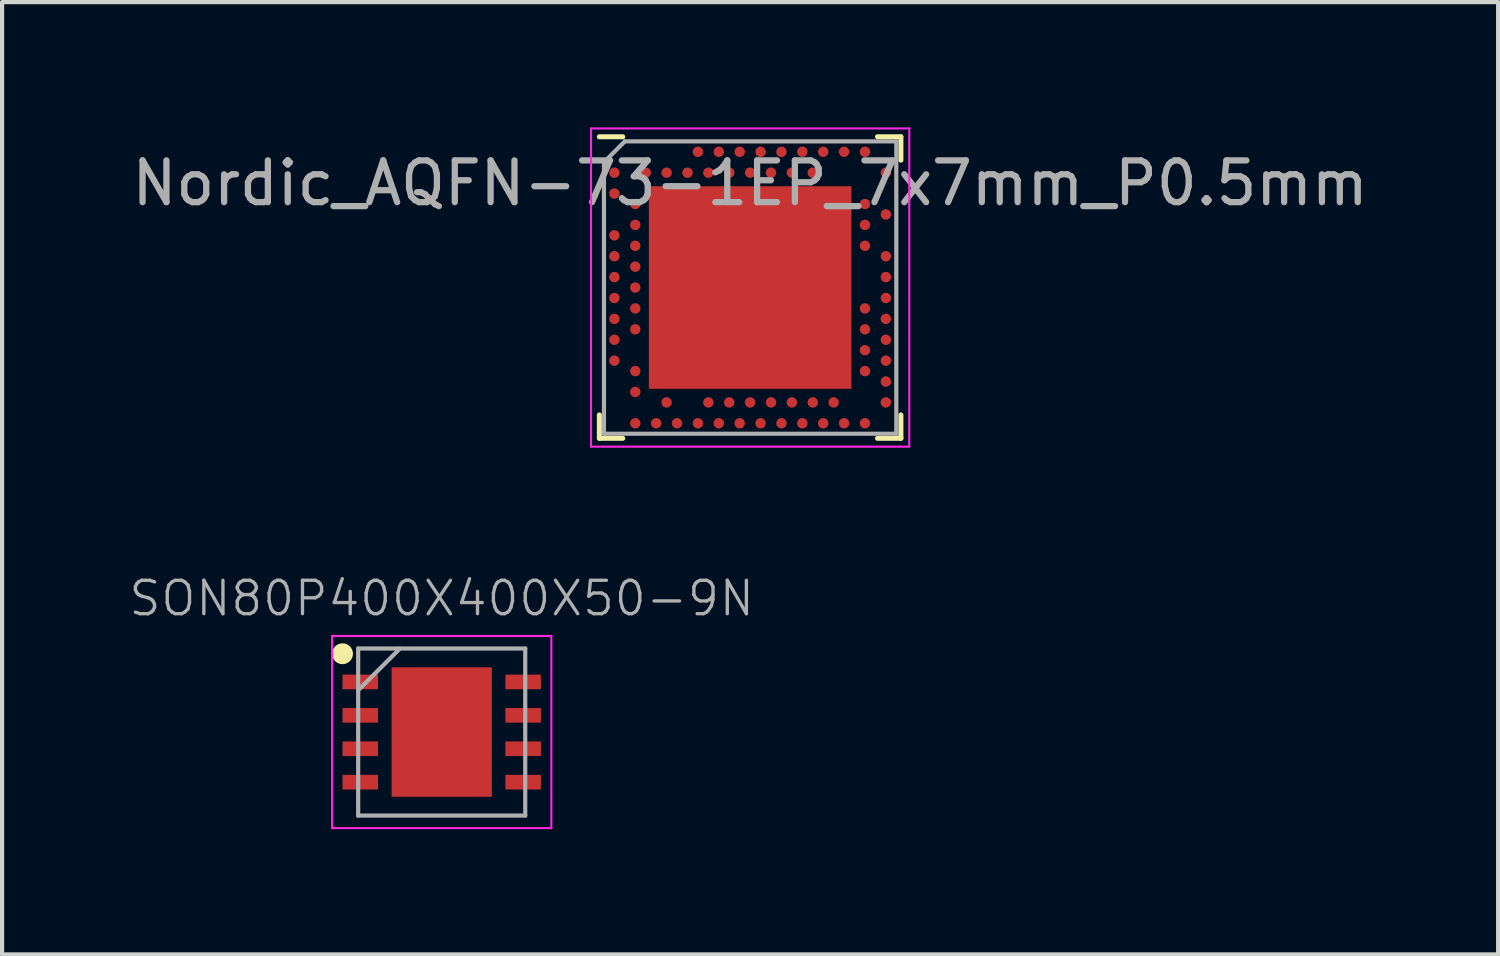
<source format=kicad_pcb>
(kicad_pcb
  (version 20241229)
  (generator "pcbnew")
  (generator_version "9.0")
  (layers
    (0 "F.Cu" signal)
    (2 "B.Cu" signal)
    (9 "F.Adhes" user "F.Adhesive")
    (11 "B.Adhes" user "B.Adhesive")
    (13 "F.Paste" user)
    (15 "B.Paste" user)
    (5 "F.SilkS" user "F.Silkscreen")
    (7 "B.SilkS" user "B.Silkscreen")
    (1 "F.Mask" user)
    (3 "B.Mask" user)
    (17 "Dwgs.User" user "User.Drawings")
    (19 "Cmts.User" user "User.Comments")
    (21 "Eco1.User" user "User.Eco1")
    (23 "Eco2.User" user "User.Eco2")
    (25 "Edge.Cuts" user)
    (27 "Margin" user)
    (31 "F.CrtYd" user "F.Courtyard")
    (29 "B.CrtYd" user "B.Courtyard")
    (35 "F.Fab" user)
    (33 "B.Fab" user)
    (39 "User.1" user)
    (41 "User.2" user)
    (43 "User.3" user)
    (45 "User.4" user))
  (footprint "SON80P400X400X50-9N"
    (layer "F.Cu")
    (at 7.526 14.478)
    (property "Reference" "SON80P400X400X50-9N" (at 0 -3.2 0) (layer "F.Fab") (effects (font (size 0.8 0.8) (thickness 0.08))))
    (attr smd)
    (fp_circle (center -2.375 -1.875) (end -2.375 -1.75) (stroke (width 0.25) (type solid)) (fill no) (layer "F.SilkS"))
    (fp_line (start -2.625 -2.3) (end 2.625 -2.3) (stroke (width 0.05) (type solid)) (layer "F.CrtYd"))
    (fp_line (start -2.625 2.3) (end -2.625 -2.3) (stroke (width 0.05) (type solid)) (layer "F.CrtYd"))
    (fp_line (start 2.625 -2.3) (end 2.625 2.3) (stroke (width 0.05) (type solid)) (layer "F.CrtYd"))
    (fp_line (start 2.625 2.3) (end -2.625 2.3) (stroke (width 0.05) (type solid)) (layer "F.CrtYd"))
    (fp_line (start -2 -2) (end 2 -2) (stroke (width 0.1) (type solid)) (layer "F.Fab"))
    (fp_line (start -2 -1) (end -1 -2) (stroke (width 0.1) (type solid)) (layer "F.Fab"))
    (fp_line (start -2 2) (end -2 -2) (stroke (width 0.1) (type solid)) (layer "F.Fab"))
    (fp_line (start 2 -2) (end 2 2) (stroke (width 0.1) (type solid)) (layer "F.Fab"))
    (fp_line (start 2 2) (end -2 2) (stroke (width 0.1) (type solid)) (layer "F.Fab"))
    (pad "1" smd rect (at -1.95 -1.2 90) (size 0.35 0.85) (layers "F.Cu" "F.Mask" "F.Paste"))
    (pad "2" smd rect (at -1.95 -0.4 90) (size 0.35 0.85) (layers "F.Cu" "F.Mask" "F.Paste"))
    (pad "3" smd rect (at -1.95 0.4 90) (size 0.35 0.85) (layers "F.Cu" "F.Mask" "F.Paste"))
    (pad "4" smd rect (at -1.95 1.2 90) (size 0.35 0.85) (layers "F.Cu" "F.Mask" "F.Paste"))
    (pad "5" smd rect (at 1.95 1.2 90) (size 0.35 0.85) (layers "F.Cu" "F.Mask" "F.Paste"))
    (pad "6" smd rect (at 1.95 0.4 90) (size 0.35 0.85) (layers "F.Cu" "F.Mask" "F.Paste"))
    (pad "7" smd rect (at 1.95 -0.4 90) (size 0.35 0.85) (layers "F.Cu" "F.Mask" "F.Paste"))
    (pad "8" smd rect (at 1.95 -1.2 90) (size 0.35 0.85) (layers "F.Cu" "F.Mask" "F.Paste"))
    (pad "9" smd rect (at 0 0) (size 2.4 3.1) (layers "F.Cu" "F.Mask" "F.Paste")))
  (footprint "Nordic_AQFN-73-1EP_7x7mm_P0.5mm"
    (layer "F.Cu")
    (at 14.911 3.835)
    (property "Reference" "Nordic_AQFN-73-1EP_7x7mm_P0.5mm" (at 0 -2.5 0) (layer "F.Fab") (effects (font (size 1 1) (thickness 0.15))))
    (attr smd)
    (fp_line (start -3.61 -3.61) (end -3.05 -3.61) (stroke (width 0.12) (type solid)) (layer "F.SilkS"))
    (fp_line (start -3.61 3.61) (end -3.61 3.05) (stroke (width 0.12) (type solid)) (layer "F.SilkS"))
    (fp_line (start -3.61 3.61) (end -3.05 3.61) (stroke (width 0.12) (type solid)) (layer "F.SilkS"))
    (fp_line (start 3.61 -3.61) (end 3.05 -3.61) (stroke (width 0.12) (type solid)) (layer "F.SilkS"))
    (fp_line (start 3.61 -3.61) (end 3.61 -3.05) (stroke (width 0.12) (type solid)) (layer "F.SilkS"))
    (fp_line (start 3.61 3.61) (end 3.05 3.61) (stroke (width 0.12) (type solid)) (layer "F.SilkS"))
    (fp_line (start 3.61 3.61) (end 3.61 3.05) (stroke (width 0.12) (type solid)) (layer "F.SilkS"))
    (fp_line (start -3.81 -3.81) (end 3.81 -3.81) (stroke (width 0.05) (type solid)) (layer "F.CrtYd"))
    (fp_line (start -3.81 3.81) (end -3.81 -3.81) (stroke (width 0.05) (type solid)) (layer "F.CrtYd"))
    (fp_line (start 3.81 -3.81) (end 3.81 3.81) (stroke (width 0.05) (type solid)) (layer "F.CrtYd"))
    (fp_line (start 3.81 3.81) (end -3.81 3.81) (stroke (width 0.05) (type solid)) (layer "F.CrtYd"))
    (fp_line (start -3.5 -3) (end -3.5 3.5) (stroke (width 0.1) (type solid)) (layer "F.Fab"))
    (fp_line (start -3.5 -3) (end -3 -3.5) (stroke (width 0.1) (type solid)) (layer "F.Fab"))
    (fp_line (start -3.5 3.5) (end 3.5 3.5) (stroke (width 0.1) (type solid)) (layer "F.Fab"))
    (fp_line (start -3 -3.5) (end 3.5 -3.5) (stroke (width 0.1) (type solid)) (layer "F.Fab"))
    (fp_line (start 3.5 -3.5) (end 3.5 3.5) (stroke (width 0.1) (type solid)) (layer "F.Fab"))
    (pad "" smd rect (at -1.212 -1.212 180) (size 2 2) (layers "F.Paste"))
    (pad "" smd rect (at -1.212 1.212 180) (size 2 2) (layers "F.Paste"))
    (pad "" smd rect (at 1.212 -1.212 180) (size 2 2) (layers "F.Paste"))
    (pad "" smd rect (at 1.212 1.212 180) (size 2 2) (layers "F.Paste"))
    (pad "A8" smd circle (at -1.25 -3.25 180) (size 0.25 0.25) (layers "F.Cu" "F.Mask" "F.Paste"))
    (pad "A10" smd circle (at -0.75 -3.25 180) (size 0.25 0.25) (layers "F.Cu" "F.Mask" "F.Paste"))
    (pad "A12" smd circle (at -0.25 -3.25 180) (size 0.25 0.25) (layers "F.Cu" "F.Mask" "F.Paste"))
    (pad "A14" smd circle (at 0.25 -3.25 180) (size 0.25 0.25) (layers "F.Cu" "F.Mask" "F.Paste"))
    (pad "A16" smd circle (at 0.75 -3.25 180) (size 0.25 0.25) (layers "F.Cu" "F.Mask" "F.Paste"))
    (pad "A18" smd circle (at 1.25 -3.25 180) (size 0.25 0.25) (layers "F.Cu" "F.Mask" "F.Paste"))
    (pad "A20" smd circle (at 1.75 -3.25 180) (size 0.25 0.25) (layers "F.Cu" "F.Mask" "F.Paste"))
    (pad "A22" smd circle (at 2.25 -3.25 180) (size 0.25 0.25) (layers "F.Cu" "F.Mask" "F.Paste"))
    (pad "A23" smd circle (at 2.75 -3.25 180) (size 0.25 0.25) (layers "F.Cu" "F.Mask" "F.Paste"))
    (pad "AA24" smd circle (at 3.25 2.25 180) (size 0.25 0.25) (layers "F.Cu" "F.Mask" "F.Paste"))
    (pad "AB2" smd circle (at -2.75 2.5 180) (size 0.25 0.25) (layers "F.Cu" "F.Mask" "F.Paste"))
    (pad "AC5" smd circle (at -2 2.75 180) (size 0.25 0.25) (layers "F.Cu" "F.Mask" "F.Paste"))
    (pad "AC9" smd circle (at -1 2.75 180) (size 0.25 0.25) (layers "F.Cu" "F.Mask" "F.Paste"))
    (pad "AC11" smd circle (at -0.5 2.75 180) (size 0.25 0.25) (layers "F.Cu" "F.Mask" "F.Paste"))
    (pad "AC13" smd circle (at 0 2.75 180) (size 0.25 0.25) (layers "F.Cu" "F.Mask" "F.Paste"))
    (pad "AC15" smd circle (at 0.5 2.75 180) (size 0.25 0.25) (layers "F.Cu" "F.Mask" "F.Paste"))
    (pad "AC17" smd circle (at 1 2.75 180) (size 0.25 0.25) (layers "F.Cu" "F.Mask" "F.Paste"))
    (pad "AC19" smd circle (at 1.5 2.75 180) (size 0.25 0.25) (layers "F.Cu" "F.Mask" "F.Paste"))
    (pad "AC21" smd circle (at 2 2.75 180) (size 0.25 0.25) (layers "F.Cu" "F.Mask" "F.Paste"))
    (pad "AC24" smd circle (at 3.25 2.75 180) (size 0.25 0.25) (layers "F.Cu" "F.Mask" "F.Paste"))
    (pad "AD2" smd circle (at -2.75 3.25 180) (size 0.25 0.25) (layers "F.Cu" "F.Mask" "F.Paste"))
    (pad "AD4" smd circle (at -2.25 3.25 180) (size 0.25 0.25) (layers "F.Cu" "F.Mask" "F.Paste"))
    (pad "AD6" smd circle (at -1.75 3.25 180) (size 0.25 0.25) (layers "F.Cu" "F.Mask" "F.Paste"))
    (pad "AD8" smd circle (at -1.25 3.25 180) (size 0.25 0.25) (layers "F.Cu" "F.Mask" "F.Paste"))
    (pad "AD10" smd circle (at -0.75 3.25 180) (size 0.25 0.25) (layers "F.Cu" "F.Mask" "F.Paste"))
    (pad "AD12" smd circle (at -0.25 3.25 180) (size 0.25 0.25) (layers "F.Cu" "F.Mask" "F.Paste"))
    (pad "AD14" smd circle (at 0.25 3.25 180) (size 0.25 0.25) (layers "F.Cu" "F.Mask" "F.Paste"))
    (pad "AD16" smd circle (at 0.75 3.25 180) (size 0.25 0.25) (layers "F.Cu" "F.Mask" "F.Paste"))
    (pad "AD18" smd circle (at 1.25 3.25 180) (size 0.25 0.25) (layers "F.Cu" "F.Mask" "F.Paste"))
    (pad "AD20" smd circle (at 1.75 3.25 180) (size 0.25 0.25) (layers "F.Cu" "F.Mask" "F.Paste"))
    (pad "AD22" smd circle (at 2.25 3.25 180) (size 0.25 0.25) (layers "F.Cu" "F.Mask" "F.Paste"))
    (pad "AD23" smd circle (at 2.75 3.25 180) (size 0.25 0.25) (layers "F.Cu" "F.Mask" "F.Paste"))
    (pad "B1" smd circle (at -3.25 -2.75 180) (size 0.25 0.25) (layers "F.Cu" "F.Mask" "F.Paste"))
    (pad "B3" smd circle (at -2.5 -2.75 180) (size 0.25 0.25) (layers "F.Cu" "F.Mask" "F.Paste"))
    (pad "B5" smd circle (at -2 -2.75 180) (size 0.25 0.25) (layers "F.Cu" "F.Mask" "F.Paste"))
    (pad "B7" smd circle (at -1.5 -2.75 180) (size 0.25 0.25) (layers "F.Cu" "F.Mask" "F.Paste"))
    (pad "B9" smd circle (at -1 -2.75 180) (size 0.25 0.25) (layers "F.Cu" "F.Mask" "F.Paste"))
    (pad "B11" smd circle (at -0.5 -2.75 180) (size 0.25 0.25) (layers "F.Cu" "F.Mask" "F.Paste"))
    (pad "B13" smd circle (at 0 -2.75 180) (size 0.25 0.25) (layers "F.Cu" "F.Mask" "F.Paste"))
    (pad "B15" smd circle (at 0.5 -2.75 180) (size 0.25 0.25) (layers "F.Cu" "F.Mask" "F.Paste"))
    (pad "B17" smd circle (at 1 -2.75 180) (size 0.25 0.25) (layers "F.Cu" "F.Mask" "F.Paste"))
    (pad "B19" smd circle (at 1.5 -2.75 180) (size 0.25 0.25) (layers "F.Cu" "F.Mask" "F.Paste"))
    (pad "B24" smd circle (at 3.25 -2.75 180) (size 0.25 0.25) (layers "F.Cu" "F.Mask" "F.Paste"))
    (pad "C1" smd circle (at -3.25 -2.25 180) (size 0.25 0.25) (layers "F.Cu" "F.Mask" "F.Paste"))
    (pad "D2" smd circle (at -2.75 -2 180) (size 0.25 0.25) (layers "F.Cu" "F.Mask" "F.Paste"))
    (pad "D23" smd circle (at 2.75 -2 180) (size 0.25 0.25) (layers "F.Cu" "F.Mask" "F.Paste"))
    (pad "E24" smd circle (at 3.25 -1.75 180) (size 0.25 0.25) (layers "F.Cu" "F.Mask" "F.Paste"))
    (pad "EP" smd rect (at 0 0 180) (size 4.85 4.85) (layers "F.Cu" "F.Mask"))
    (pad "F2" smd circle (at -2.75 -1.5 180) (size 0.25 0.25) (layers "F.Cu" "F.Mask" "F.Paste"))
    (pad "F23" smd circle (at 2.75 -1.5 180) (size 0.25 0.25) (layers "F.Cu" "F.Mask" "F.Paste"))
    (pad "G1" smd circle (at -3.25 -1.25 180) (size 0.25 0.25) (layers "F.Cu" "F.Mask" "F.Paste"))
    (pad "H2" smd circle (at -2.75 -1 180) (size 0.25 0.25) (layers "F.Cu" "F.Mask" "F.Paste"))
    (pad "H23" smd circle (at 2.75 -1 180) (size 0.25 0.25) (layers "F.Cu" "F.Mask" "F.Paste"))
    (pad "J1" smd circle (at -3.25 -0.75 180) (size 0.25 0.25) (layers "F.Cu" "F.Mask" "F.Paste"))
    (pad "J24" smd circle (at 3.25 -0.75 180) (size 0.25 0.25) (layers "F.Cu" "F.Mask" "F.Paste"))
    (pad "K2" smd circle (at -2.75 -0.5 180) (size 0.25 0.25) (layers "F.Cu" "F.Mask" "F.Paste"))
    (pad "L1" smd circle (at -3.25 -0.25 180) (size 0.25 0.25) (layers "F.Cu" "F.Mask" "F.Paste"))
    (pad "L24" smd circle (at 3.25 -0.25 180) (size 0.25 0.25) (layers "F.Cu" "F.Mask" "F.Paste"))
    (pad "M2" smd circle (at -2.75 0 180) (size 0.25 0.25) (layers "F.Cu" "F.Mask" "F.Paste"))
    (pad "N1" smd circle (at -3.25 0.25 180) (size 0.25 0.25) (layers "F.Cu" "F.Mask" "F.Paste"))
    (pad "N24" smd circle (at 3.25 0.25 180) (size 0.25 0.25) (layers "F.Cu" "F.Mask" "F.Paste"))
    (pad "P2" smd circle (at -2.75 0.5 180) (size 0.25 0.25) (layers "F.Cu" "F.Mask" "F.Paste"))
    (pad "P23" smd circle (at 2.75 0.5 180) (size 0.25 0.25) (layers "F.Cu" "F.Mask" "F.Paste"))
    (pad "R1" smd circle (at -3.25 0.75 180) (size 0.25 0.25) (layers "F.Cu" "F.Mask" "F.Paste"))
    (pad "R24" smd circle (at 3.25 0.75 180) (size 0.25 0.25) (layers "F.Cu" "F.Mask" "F.Paste"))
    (pad "T2" smd circle (at -2.75 1 180) (size 0.25 0.25) (layers "F.Cu" "F.Mask" "F.Paste"))
    (pad "T23" smd circle (at 2.75 1 180) (size 0.25 0.25) (layers "F.Cu" "F.Mask" "F.Paste"))
    (pad "U1" smd circle (at -3.25 1.25 180) (size 0.25 0.25) (layers "F.Cu" "F.Mask" "F.Paste"))
    (pad "U24" smd circle (at 3.25 1.25 180) (size 0.25 0.25) (layers "F.Cu" "F.Mask" "F.Paste"))
    (pad "V23" smd circle (at 2.75 1.5 180) (size 0.25 0.25) (layers "F.Cu" "F.Mask" "F.Paste"))
    (pad "W1" smd circle (at -3.25 1.75 180) (size 0.25 0.25) (layers "F.Cu" "F.Mask" "F.Paste"))
    (pad "W24" smd circle (at 3.25 1.75 180) (size 0.25 0.25) (layers "F.Cu" "F.Mask" "F.Paste"))
    (pad "Y2" smd circle (at -2.75 2 180) (size 0.25 0.25) (layers "F.Cu" "F.Mask" "F.Paste"))
    (pad "Y23" smd circle (at 2.75 2 180) (size 0.25 0.25) (layers "F.Cu" "F.Mask" "F.Paste")))
  (gr_rect
    (start -3 -3)
    (end 32.821 19.803)
    (stroke (width 0.1) (type default))
    (fill no)
    (layer "Edge.Cuts")))
</source>
